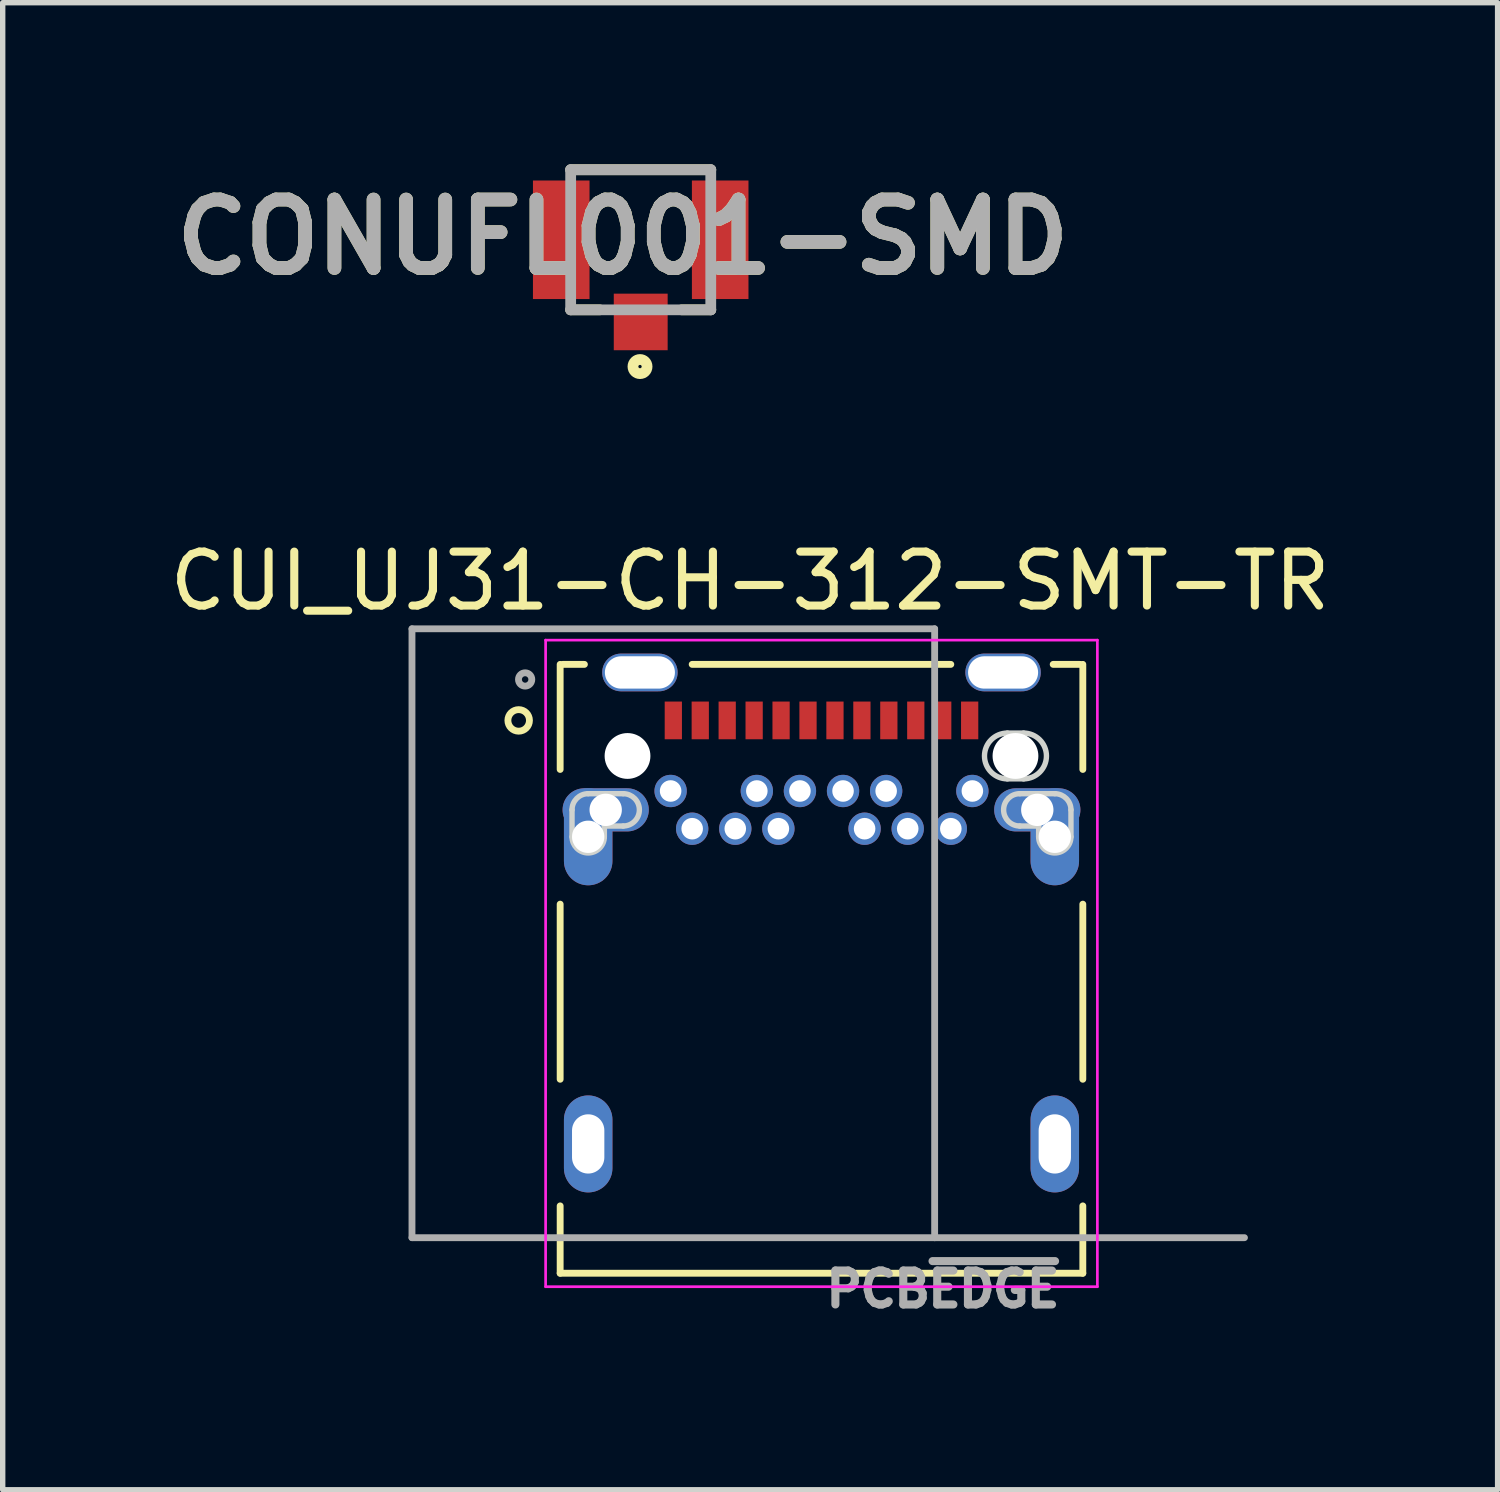
<source format=kicad_pcb>
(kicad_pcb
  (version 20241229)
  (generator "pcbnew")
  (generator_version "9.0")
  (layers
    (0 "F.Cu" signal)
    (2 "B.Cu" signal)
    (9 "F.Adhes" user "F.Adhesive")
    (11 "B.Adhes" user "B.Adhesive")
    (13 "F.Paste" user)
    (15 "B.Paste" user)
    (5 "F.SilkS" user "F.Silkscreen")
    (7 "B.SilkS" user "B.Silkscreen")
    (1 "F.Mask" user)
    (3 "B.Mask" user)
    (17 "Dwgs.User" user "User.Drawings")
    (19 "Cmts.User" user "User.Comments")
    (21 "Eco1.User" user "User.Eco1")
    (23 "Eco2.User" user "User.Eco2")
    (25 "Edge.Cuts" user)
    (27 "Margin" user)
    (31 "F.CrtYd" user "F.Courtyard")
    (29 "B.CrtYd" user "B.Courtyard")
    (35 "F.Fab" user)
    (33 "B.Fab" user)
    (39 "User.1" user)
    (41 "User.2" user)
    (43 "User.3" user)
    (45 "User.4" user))
  (footprint "CONUFL001-SMD"
    (layer "F.Cu")
    (at 8.841 1.4)
    (property "Reference" "CONUFL001-SMD" (at -0.332 -0.051 0) (layer "F.SilkS") (effects (font (size 1.27 1.27) (thickness 0.254))))
    (attr smd)
    (fp_line (start -1.3 -1.3) (end 1.3 -1.3) (stroke (width 0.2) (type solid)) (layer "F.SilkS"))
    (fp_line (start -1.3 1.3) (end -0.761 1.3) (stroke (width 0.2) (type solid)) (layer "F.SilkS"))
    (fp_line (start 1.3 1.3) (end 0.761 1.3) (stroke (width 0.2) (type solid)) (layer "F.SilkS"))
    (fp_circle (center -0.013 2.353) (end -0.013 2.384) (stroke (width 0.2) (type solid)) (fill no) (layer "F.SilkS"))
    (fp_line (start -1.3 -1.3) (end 1.3 -1.3) (stroke (width 0.2) (type solid)) (layer "F.Fab"))
    (fp_line (start -1.3 1.3) (end -1.3 -1.3) (stroke (width 0.2) (type solid)) (layer "F.Fab"))
    (fp_line (start 1.3 -1.3) (end 1.3 1.3) (stroke (width 0.2) (type solid)) (layer "F.Fab"))
    (fp_line (start 1.3 1.3) (end -1.3 1.3) (stroke (width 0.2) (type solid)) (layer "F.Fab"))
    (fp_text user "${REFERENCE}" (at -0.332 -0.051 0) (layer "F.Fab") (effects (font (size 1.27 1.27) (thickness 0.254))))
    (pad "1" smd rect (at 0 1.525) (size 1 1.05) (layers "F.Cu" "F.Mask" "F.Paste"))
    (pad "2" smd rect (at -1.475 0) (size 1.05 2.2) (layers "F.Cu" "F.Mask" "F.Paste"))
    (pad "3" smd rect (at 1.475 0) (size 1.05 2.2) (layers "F.Cu" "F.Mask" "F.Paste")))
  (footprint "CUI_UJ31-CH-312-SMT-TR"
    (layer "F.Cu")
    (at 9.446 10.32)
    (property "Reference" "CUI_UJ31-CH-312-SMT-TR" (at 1.426 -2.587 0) (layer "F.SilkS") (effects (font (size 1.001 1.001) (thickness 0.15))))
    (attr through_hole)
    (fp_poly (pts (xy 6.2 0.135) (xy 6.5 0.135) (xy 6.555 0.138) (xy 6.609 0.146) (xy 6.662 0.161) (xy 6.714 0.18) (xy 6.763 0.205) (xy 6.809 0.235) (xy 6.851 0.27) (xy 6.89 0.309) (xy 6.925 0.351) (xy 6.955 0.398) (xy 6.98 0.446) (xy 6.999 0.498) (xy 7.014 0.551) (xy 7.022 0.605) (xy 7.025 0.66) (xy 7.022 0.715) (xy 7.014 0.769) (xy 6.999 0.822) (xy 6.98 0.874) (xy 6.955 0.922) (xy 6.925 0.969) (xy 6.89 1.011) (xy 6.851 1.05) (xy 6.809 1.085) (xy 6.763 1.115) (xy 6.714 1.14) (xy 6.662 1.159) (xy 6.609 1.174) (xy 6.555 1.182) (xy 6.5 1.185) (xy 6.2 1.185) (xy 6.145 1.182) (xy 6.091 1.174) (xy 6.038 1.159) (xy 5.986 1.14) (xy 5.938 1.115) (xy 5.891 1.085) (xy 5.849 1.05) (xy 5.81 1.011) (xy 5.775 0.969) (xy 5.745 0.922) (xy 5.72 0.874) (xy 5.701 0.822) (xy 5.686 0.769) (xy 5.678 0.715) (xy 5.675 0.66) (xy 5.678 0.605) (xy 5.686 0.551) (xy 5.701 0.498) (xy 5.72 0.446) (xy 5.745 0.398) (xy 5.775 0.351) (xy 5.81 0.309) (xy 5.849 0.27) (xy 5.891 0.235) (xy 5.938 0.205) (xy 5.986 0.18) (xy 6.038 0.161) (xy 6.091 0.146) (xy 6.145 0.138) (xy 6.2 0.135)) (stroke (width 0.05) (type solid)) (fill yes) (layer "F.Mask"))
    (fp_poly (pts (xy 6.2 0.135) (xy 6.5 0.135) (xy 6.555 0.138) (xy 6.609 0.146) (xy 6.662 0.161) (xy 6.714 0.18) (xy 6.763 0.205) (xy 6.809 0.235) (xy 6.851 0.27) (xy 6.89 0.309) (xy 6.925 0.351) (xy 6.955 0.398) (xy 6.98 0.446) (xy 6.999 0.498) (xy 7.014 0.551) (xy 7.022 0.605) (xy 7.025 0.66) (xy 7.022 0.715) (xy 7.014 0.769) (xy 6.999 0.822) (xy 6.98 0.874) (xy 6.955 0.922) (xy 6.925 0.969) (xy 6.89 1.011) (xy 6.851 1.05) (xy 6.809 1.085) (xy 6.763 1.115) (xy 6.714 1.14) (xy 6.662 1.159) (xy 6.609 1.174) (xy 6.555 1.182) (xy 6.5 1.185) (xy 6.2 1.185) (xy 6.145 1.182) (xy 6.091 1.174) (xy 6.038 1.159) (xy 5.986 1.14) (xy 5.938 1.115) (xy 5.891 1.085) (xy 5.849 1.05) (xy 5.81 1.011) (xy 5.775 0.969) (xy 5.745 0.922) (xy 5.72 0.874) (xy 5.701 0.822) (xy 5.686 0.769) (xy 5.678 0.715) (xy 5.675 0.66) (xy 5.678 0.605) (xy 5.686 0.551) (xy 5.701 0.498) (xy 5.72 0.446) (xy 5.745 0.398) (xy 5.775 0.351) (xy 5.81 0.309) (xy 5.849 0.27) (xy 5.891 0.235) (xy 5.938 0.205) (xy 5.986 0.18) (xy 6.038 0.161) (xy 6.091 0.146) (xy 6.145 0.138) (xy 6.2 0.135)) (stroke (width 0.05) (type solid)) (fill yes) (layer "B.Mask"))
    (fp_line (start -2.1 -1.04) (end -2.1 0.91) (stroke (width 0.127) (type solid)) (layer "F.SilkS"))
    (fp_line (start -2.1 3.41) (end -2.1 6.66) (stroke (width 0.127) (type solid)) (layer "F.SilkS"))
    (fp_line (start -2.1 9.01) (end -2.1 10.26) (stroke (width 0.127) (type solid)) (layer "F.SilkS"))
    (fp_line (start -2.1 10.26) (end 7.6 10.26) (stroke (width 0.127) (type solid)) (layer "F.SilkS"))
    (fp_line (start -2.05 -1.04) (end -1.65 -1.04) (stroke (width 0.127) (type solid)) (layer "F.SilkS"))
    (fp_line (start 0.35 -1.04) (end 5.15 -1.04) (stroke (width 0.127) (type solid)) (layer "F.SilkS"))
    (fp_line (start 7.55 -1.04) (end 7.05 -1.04) (stroke (width 0.127) (type solid)) (layer "F.SilkS"))
    (fp_line (start 7.6 -1.04) (end 7.6 0.91) (stroke (width 0.127) (type solid)) (layer "F.SilkS"))
    (fp_line (start 7.6 6.66) (end 7.6 3.41) (stroke (width 0.127) (type solid)) (layer "F.SilkS"))
    (fp_line (start 7.6 10.26) (end 7.6 9.01) (stroke (width 0.127) (type solid)) (layer "F.SilkS"))
    (fp_circle (center -2.87 0) (end -2.67 0) (stroke (width 0.127) (type solid)) (fill no) (layer "F.SilkS"))
    (fp_line (start -1.88 2.16) (end -1.88 1.66) (stroke (width 0.1) (type solid)) (layer "Edge.Cuts"))
    (fp_line (start -1.58 1.36) (end -0.93 1.36) (stroke (width 0.1) (type solid)) (layer "Edge.Cuts"))
    (fp_line (start -1.28 1.96) (end -1.28 2.16) (stroke (width 0.1) (type solid)) (layer "Edge.Cuts"))
    (fp_line (start -0.93 1.96) (end -1.28 1.96) (stroke (width 0.1) (type solid)) (layer "Edge.Cuts"))
    (fp_line (start 6.2 0.235) (end 6.5 0.235) (stroke (width 0.1) (type solid)) (layer "Edge.Cuts"))
    (fp_line (start 6.2 1.085) (end 6.5 1.085) (stroke (width 0.1) (type solid)) (layer "Edge.Cuts"))
    (fp_line (start 6.43 1.36) (end 7.08 1.36) (stroke (width 0.1) (type solid)) (layer "Edge.Cuts"))
    (fp_line (start 6.78 1.96) (end 6.43 1.96) (stroke (width 0.1) (type solid)) (layer "Edge.Cuts"))
    (fp_line (start 6.78 1.96) (end 6.78 2.16) (stroke (width 0.1) (type solid)) (layer "Edge.Cuts"))
    (fp_line (start 7.38 2.16) (end 7.38 1.66) (stroke (width 0.1) (type solid)) (layer "Edge.Cuts"))
    (fp_arc (start -1.88 1.66) (mid -1.792132 1.447868) (end -1.58 1.36) (stroke (width 0.1) (type solid)) (layer "Edge.Cuts"))
    (fp_arc (start -1.28 2.16) (mid -1.58 2.46) (end -1.88 2.16) (stroke (width 0.1) (type solid)) (layer "Edge.Cuts"))
    (fp_arc (start -0.93 1.36) (mid -0.63 1.66) (end -0.93 1.96) (stroke (width 0.1) (type solid)) (layer "Edge.Cuts"))
    (fp_arc (start 6.2 1.085) (mid 5.775 0.66) (end 6.2 0.235) (stroke (width 0.1) (type solid)) (layer "Edge.Cuts"))
    (fp_arc (start 6.43 1.96) (mid 6.13 1.66) (end 6.43 1.36) (stroke (width 0.1) (type solid)) (layer "Edge.Cuts"))
    (fp_arc (start 6.5 0.235) (mid 6.925 0.66) (end 6.5 1.085) (stroke (width 0.1) (type solid)) (layer "Edge.Cuts"))
    (fp_arc (start 7.08 1.36) (mid 7.292132 1.447868) (end 7.38 1.66) (stroke (width 0.1) (type solid)) (layer "Edge.Cuts"))
    (fp_arc (start 7.38 2.16) (mid 7.08 2.46) (end 6.78 2.16) (stroke (width 0.1) (type solid)) (layer "Edge.Cuts"))
    (fp_line (start -2.37 -1.49) (end 7.87 -1.49) (stroke (width 0.05) (type solid)) (layer "F.CrtYd"))
    (fp_line (start -2.37 10.51) (end -2.37 -1.49) (stroke (width 0.05) (type solid)) (layer "F.CrtYd"))
    (fp_line (start 7.87 -1.49) (end 7.87 10.51) (stroke (width 0.05) (type solid)) (layer "F.CrtYd"))
    (fp_line (start 7.87 10.51) (end -2.37 10.51) (stroke (width 0.05) (type solid)) (layer "F.CrtYd"))
    (fp_line (start -4.85 -1.7) (end 4.85 -1.7) (stroke (width 0.127) (type solid)) (layer "F.Fab"))
    (fp_line (start -4.85 9.6) (end -4.85 -1.7) (stroke (width 0.127) (type solid)) (layer "F.Fab"))
    (fp_line (start 4.85 -1.7) (end 4.85 9.6) (stroke (width 0.127) (type solid)) (layer "F.Fab"))
    (fp_line (start 4.85 9.6) (end -4.85 9.6) (stroke (width 0.127) (type solid)) (layer "F.Fab"))
    (fp_line (start 4.85 9.6) (end 10.6 9.6) (stroke (width 0.127) (type solid)) (layer "F.Fab"))
    (fp_circle (center -2.75 -0.76) (end -2.69 -0.76) (stroke (width 0.127) (type solid)) (fill no) (layer "F.Fab"))
    (fp_text user "PCB~{EDGE}" (at 5.003 10.556 0) (layer "F.Fab") (effects (font (size 0.63 0.63) (thickness 0.15))))
    (pad "" np_thru_hole circle (at -0.85 0.66) (size 0.85 0.85) (drill 0.85) (layers "*.Cu" "*.Mask"))
    (pad "" np_thru_hole circle (at 6.35 0.66) (size 0.85 0.85) (drill 0.85) (layers "*.Cu" "*.Mask"))
    (pad "A1" smd rect (at 0 0) (size 0.32 0.7) (layers "F.Cu" "F.Mask" "F.Paste"))
    (pad "A2" smd rect (at 0.5 0) (size 0.32 0.7) (layers "F.Cu" "F.Mask" "F.Paste"))
    (pad "A3" smd rect (at 1 0) (size 0.32 0.7) (layers "F.Cu" "F.Mask" "F.Paste"))
    (pad "A4" smd rect (at 1.5 0) (size 0.32 0.7) (layers "F.Cu" "F.Mask" "F.Paste"))
    (pad "A5" smd rect (at 2 0) (size 0.32 0.7) (layers "F.Cu" "F.Mask" "F.Paste"))
    (pad "A6" smd rect (at 2.5 0) (size 0.32 0.7) (layers "F.Cu" "F.Mask" "F.Paste"))
    (pad "A7" smd rect (at 3 0) (size 0.32 0.7) (layers "F.Cu" "F.Mask" "F.Paste"))
    (pad "A8" smd rect (at 3.5 0) (size 0.32 0.7) (layers "F.Cu" "F.Mask" "F.Paste"))
    (pad "A9" smd rect (at 4 0) (size 0.32 0.7) (layers "F.Cu" "F.Mask" "F.Paste"))
    (pad "A10" smd rect (at 4.5 0) (size 0.32 0.7) (layers "F.Cu" "F.Mask" "F.Paste"))
    (pad "A11" smd rect (at 5 0) (size 0.32 0.7) (layers "F.Cu" "F.Mask" "F.Paste"))
    (pad "A12" smd rect (at 5.5 0) (size 0.32 0.7) (layers "F.Cu" "F.Mask" "F.Paste"))
    (pad "B1" thru_hole circle (at 5.55 1.31) (size 0.6 0.6) (drill 0.4) (layers "*.Cu" "*.Mask"))
    (pad "B2" thru_hole circle (at 5.15 2.01) (size 0.6 0.6) (drill 0.4) (layers "*.Cu" "*.Mask"))
    (pad "B3" thru_hole circle (at 4.35 2.01) (size 0.6 0.6) (drill 0.4) (layers "*.Cu" "*.Mask"))
    (pad "B4" thru_hole circle (at 3.95 1.31) (size 0.6 0.6) (drill 0.4) (layers "*.Cu" "*.Mask"))
    (pad "B5" thru_hole circle (at 3.55 2.01) (size 0.6 0.6) (drill 0.4) (layers "*.Cu" "*.Mask"))
    (pad "B6" thru_hole circle (at 3.15 1.31) (size 0.6 0.6) (drill 0.4) (layers "*.Cu" "*.Mask"))
    (pad "B7" thru_hole circle (at 2.35 1.31) (size 0.6 0.6) (drill 0.4) (layers "*.Cu" "*.Mask"))
    (pad "B8" thru_hole circle (at 1.95 2.01) (size 0.6 0.6) (drill 0.4) (layers "*.Cu" "*.Mask"))
    (pad "B9" thru_hole circle (at 1.55 1.31) (size 0.6 0.6) (drill 0.4) (layers "*.Cu" "*.Mask"))
    (pad "B10" thru_hole circle (at 1.15 2.01) (size 0.6 0.6) (drill 0.4) (layers "*.Cu" "*.Mask"))
    (pad "B11" thru_hole circle (at 0.35 2.01) (size 0.6 0.6) (drill 0.4) (layers "*.Cu" "*.Mask"))
    (pad "B12" thru_hole circle (at -0.05 1.31) (size 0.6 0.6) (drill 0.4) (layers "*.Cu" "*.Mask"))
    (pad "SH1" thru_hole oval (at -0.62 -0.89) (size 1.4 0.7) (drill oval 1.3 0.6) (layers "*.Cu" "*.Mask"))
    (pad "SH2" thru_hole oval (at 6.12 -0.89) (size 1.4 0.7) (drill oval 1.3 0.6) (layers "*.Cu" "*.Mask"))
    (pad "SH3" thru_hole oval (at -1.255 1.66) (size 1.6 0.8) (drill 0.6) (layers "*.Cu" "*.Mask"))
    (pad "SH4" thru_hole oval (at 6.755 1.66) (size 1.6 0.8) (drill 0.6) (layers "*.Cu" "*.Mask"))
    (pad "SH5" thru_hole oval (at -1.58 2.16) (size 0.9 1.8) (drill 0.6) (layers "*.Cu" "*.Mask"))
    (pad "SH6" thru_hole oval (at 7.08 2.16) (size 0.9 1.8) (drill 0.6) (layers "*.Cu" "*.Mask"))
    (pad "SH7" thru_hole oval (at -1.58 7.86) (size 0.9 1.8) (drill oval 0.6 1.1) (layers "*.Cu" "*.Mask"))
    (pad "SH8" thru_hole oval (at 7.08 7.86) (size 0.9 1.8) (drill oval 0.6 1.1) (layers "*.Cu" "*.Mask")))
  (gr_rect
    (start -3 -3)
    (end 24.744 24.598)
    (stroke (width 0.1) (type default))
    (fill no)
    (layer "Edge.Cuts")))
</source>
